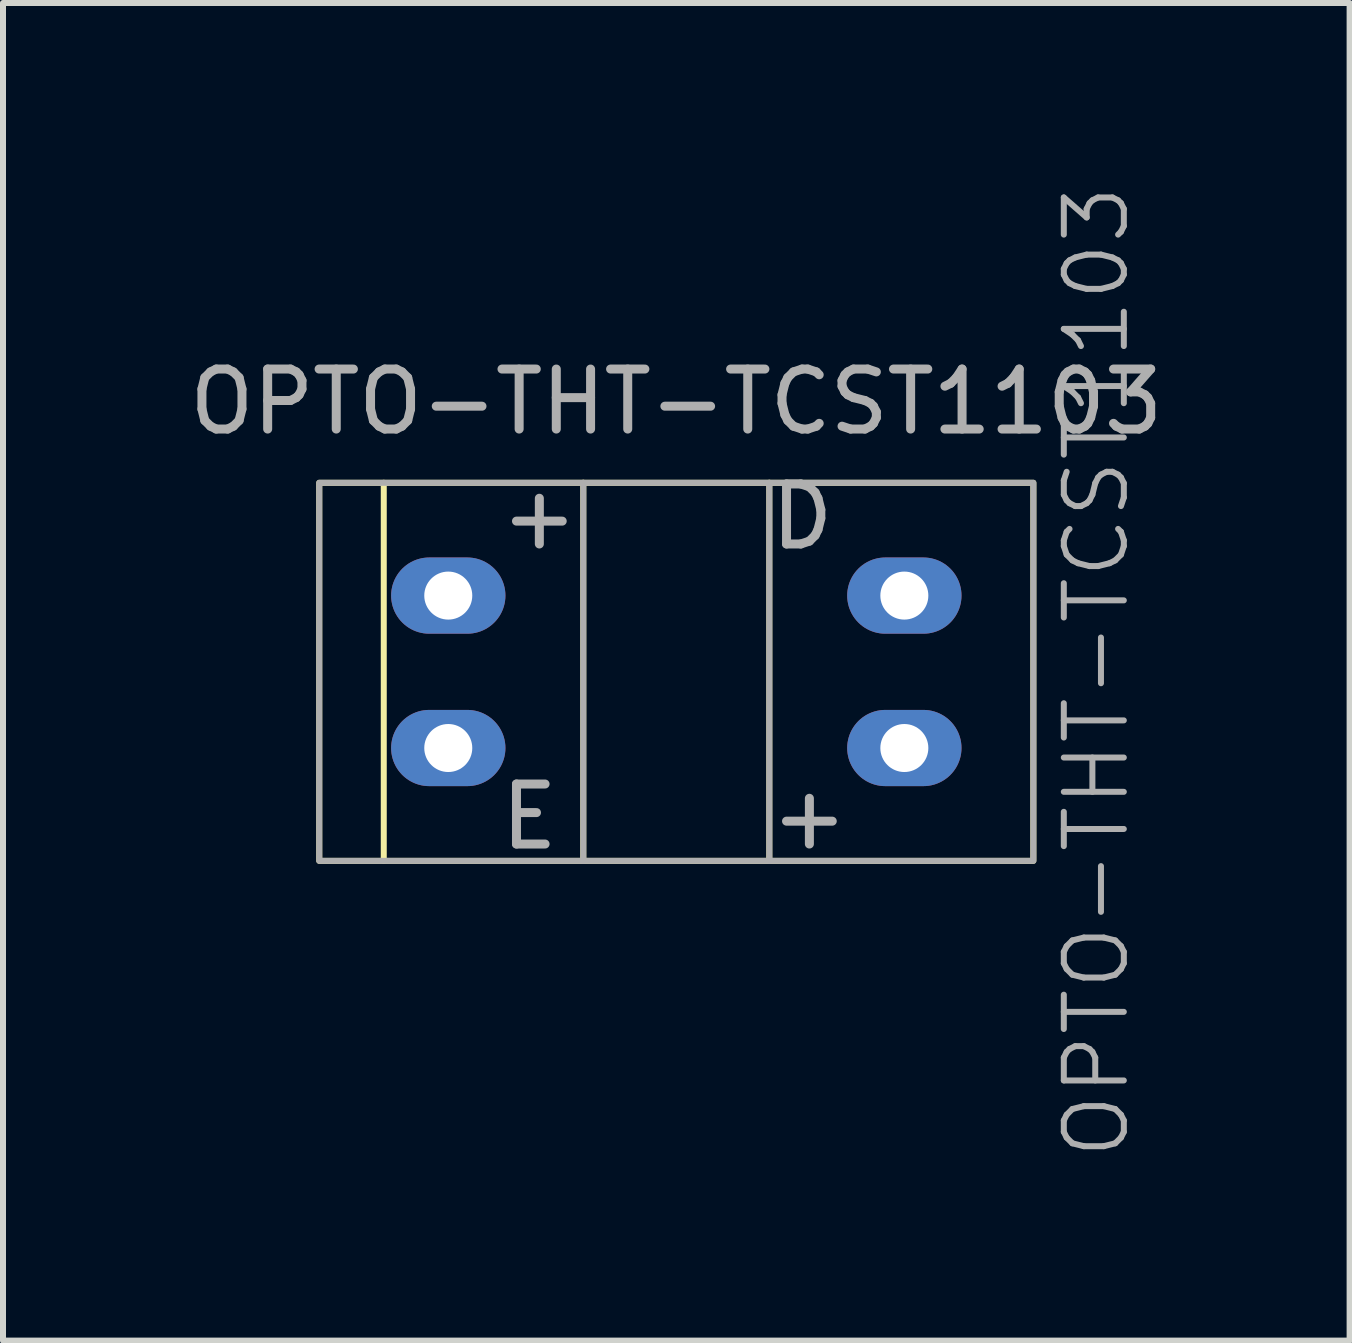
<source format=kicad_pcb>
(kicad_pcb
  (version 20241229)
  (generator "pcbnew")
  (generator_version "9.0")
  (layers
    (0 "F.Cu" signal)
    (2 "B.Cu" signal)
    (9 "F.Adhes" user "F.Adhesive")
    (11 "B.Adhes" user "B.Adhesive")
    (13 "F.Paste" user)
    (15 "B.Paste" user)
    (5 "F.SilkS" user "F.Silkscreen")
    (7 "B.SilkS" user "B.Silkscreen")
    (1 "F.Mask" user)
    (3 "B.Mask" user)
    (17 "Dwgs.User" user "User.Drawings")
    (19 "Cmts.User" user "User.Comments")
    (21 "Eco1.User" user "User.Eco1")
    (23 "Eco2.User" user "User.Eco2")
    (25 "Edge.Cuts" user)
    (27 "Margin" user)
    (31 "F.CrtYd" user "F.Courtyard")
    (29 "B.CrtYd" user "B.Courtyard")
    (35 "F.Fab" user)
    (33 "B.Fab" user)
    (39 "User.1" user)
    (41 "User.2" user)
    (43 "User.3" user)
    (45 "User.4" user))
  (footprint "OPTO-THT-TCST1103"
    (layer "F.Cu")
    (at 8.22 8.145)
    (property "Reference" "OPTO-THT-TCST1103" (at 7 0 90) (unlocked yes) (layer "F.Fab") (effects (font (size 1 1) (thickness 0.1))))
    (attr smd)
    (fp_line (start -4.875 -3.15) (end -4.875 3.15) (stroke (width 0.1) (type solid)) (layer "F.SilkS"))
    (fp_line (start -1.55 -3.15) (end -1.55 3.15) (stroke (width 0.1) (type solid)) (layer "F.SilkS"))
    (fp_line (start 1.55 -3.15) (end 1.55 3.15) (stroke (width 0.1) (type solid)) (layer "F.SilkS"))
    (fp_rect (start -5.95 -3.15) (end 5.95 3.15) (stroke (width 0.1) (type solid)) (fill no) (layer "F.SilkS"))
    (fp_line (start -1.55 -3.15) (end -1.55 3.15) (stroke (width 0.1) (type solid)) (layer "F.Fab"))
    (fp_line (start 1.55 -3.15) (end 1.55 3.15) (stroke (width 0.1) (type solid)) (layer "F.Fab"))
    (fp_rect (start -5.95 -3.15) (end 5.95 3.15) (stroke (width 0.1) (type solid)) (fill no) (layer "F.Fab"))
    (fp_text user "${REFERENCE}" (at 0 -4.5 0) (unlocked yes) (layer "F.Fab") (effects (font (size 1 1) (thickness 0.15))))
    (fp_text user "D" (at 1.5 -2 0) (unlocked yes) (layer "F.Fab") (effects (font (size 1 1) (thickness 0.15)) (justify left bottom)))
    (fp_text user "+" (at -3 -2 0) (unlocked yes) (layer "F.Fab") (effects (font (size 1 1) (thickness 0.15)) (justify left bottom)))
    (fp_text user "+" (at 1.5 3 0) (unlocked yes) (layer "F.Fab") (effects (font (size 1 1) (thickness 0.15)) (justify left bottom)))
    (fp_text user "E" (at -3 3 0) (unlocked yes) (layer "F.Fab") (effects (font (size 1 1) (thickness 0.15)) (justify left bottom)))
    (pad "1" thru_hole oval (at -3.8 -1.27) (size 1.905 1.27) (drill 0.8) (layers "*.Cu" "*.Mask"))
    (pad "2" thru_hole oval (at -3.8 1.27) (size 1.905 1.27) (drill 0.8) (layers "*.Cu" "*.Mask"))
    (pad "3" thru_hole oval (at 3.8 -1.27) (size 1.905 1.27) (drill 0.8) (layers "*.Cu" "*.Mask"))
    (pad "4" thru_hole oval (at 3.8 1.27) (size 1.905 1.27) (drill 0.8) (layers "*.Cu" "*.Mask")))
  (gr_rect
    (start -3 -3)
    (end 19.44 19.29)
    (stroke (width 0.1) (type default))
    (fill no)
    (layer "Edge.Cuts")))
</source>
